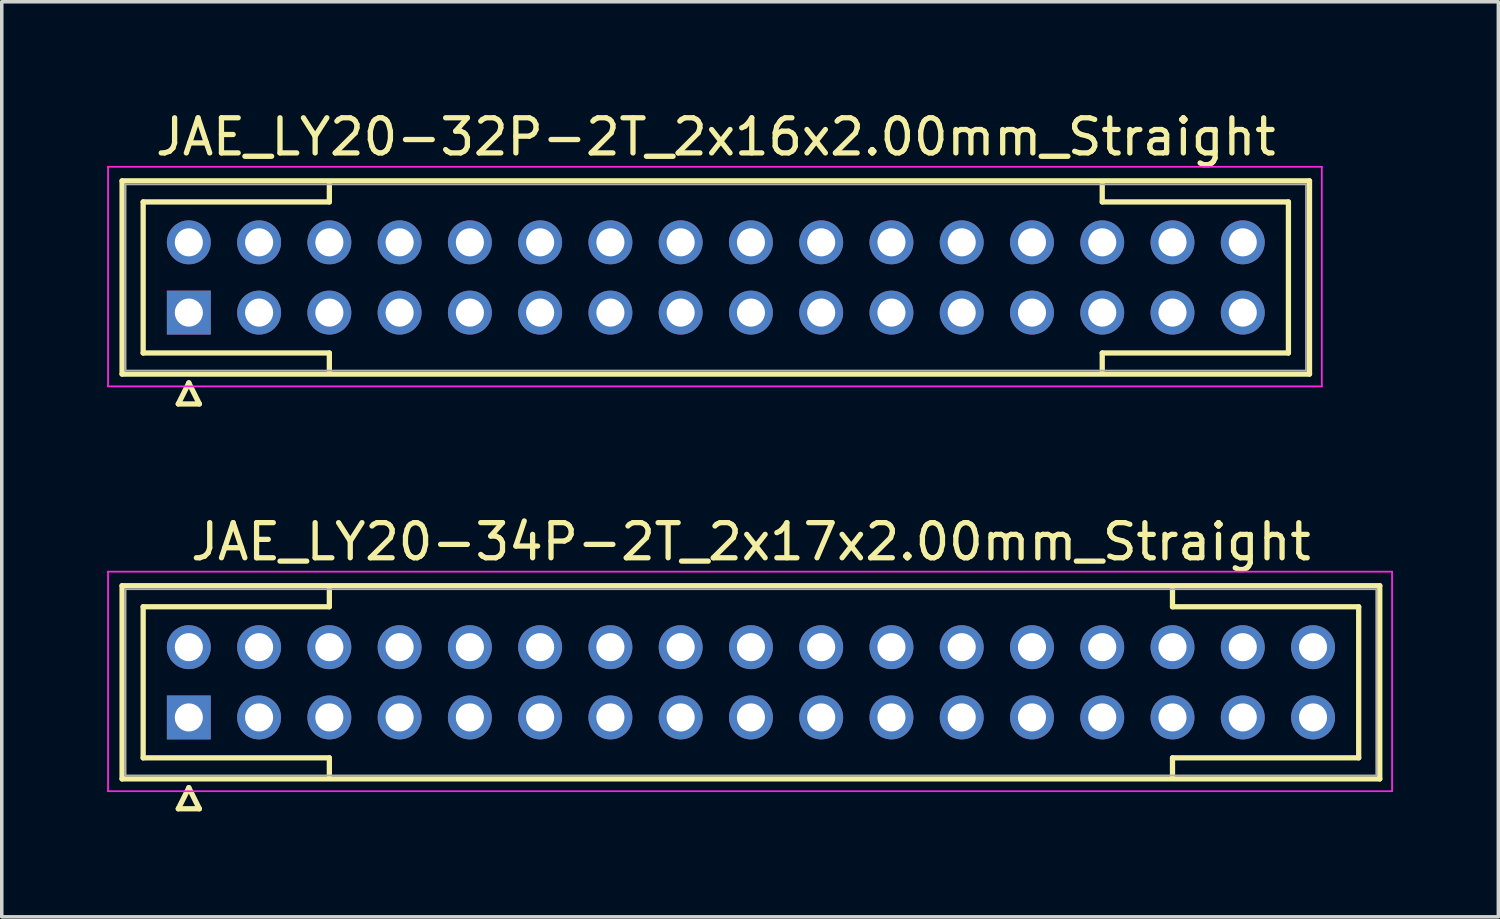
<source format=kicad_pcb>
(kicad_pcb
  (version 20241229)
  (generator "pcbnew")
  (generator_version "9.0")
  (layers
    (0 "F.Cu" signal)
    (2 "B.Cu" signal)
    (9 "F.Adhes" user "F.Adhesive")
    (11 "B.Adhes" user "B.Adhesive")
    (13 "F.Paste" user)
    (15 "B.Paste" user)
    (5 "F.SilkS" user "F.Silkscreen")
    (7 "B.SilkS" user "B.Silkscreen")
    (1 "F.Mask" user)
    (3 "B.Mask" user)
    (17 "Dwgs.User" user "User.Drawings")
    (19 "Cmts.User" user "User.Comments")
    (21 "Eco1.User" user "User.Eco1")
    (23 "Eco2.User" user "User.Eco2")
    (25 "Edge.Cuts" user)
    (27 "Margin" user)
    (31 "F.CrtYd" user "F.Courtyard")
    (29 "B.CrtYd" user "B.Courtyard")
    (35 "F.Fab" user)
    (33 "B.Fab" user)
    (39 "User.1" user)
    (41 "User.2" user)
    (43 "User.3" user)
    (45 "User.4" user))
  (footprint "JAE_LY20-34P-2T_2x17x2.00mm_Straight"
    (layer "F.Cu")
    (at 2.325 17.372)
    (property "Reference" "JAE_LY20-34P-2T_2x17x2.00mm_Straight" (at 16 -5 0) (layer "F.SilkS") (effects (font (size 1 1) (thickness 0.15))))
    (attr through_hole)
    (fp_line (start -1.9 -3.75) (end -1.9 1.75) (stroke (width 0.15) (type solid)) (layer "F.SilkS"))
    (fp_line (start -1.9 1.75) (end 33.9 1.75) (stroke (width 0.15) (type solid)) (layer "F.SilkS"))
    (fp_line (start -1.3 -3.15) (end 4 -3.15) (stroke (width 0.15) (type solid)) (layer "F.SilkS"))
    (fp_line (start -1.3 1.15) (end -1.3 -3.15) (stroke (width 0.15) (type solid)) (layer "F.SilkS"))
    (fp_line (start -0.3 2.6) (end 0.3 2.6) (stroke (width 0.15) (type solid)) (layer "F.SilkS"))
    (fp_line (start 0 2) (end -0.3 2.6) (stroke (width 0.15) (type solid)) (layer "F.SilkS"))
    (fp_line (start 0.3 2.6) (end 0 2) (stroke (width 0.15) (type solid)) (layer "F.SilkS"))
    (fp_line (start 4 -3.15) (end 4 -3.65) (stroke (width 0.15) (type solid)) (layer "F.SilkS"))
    (fp_line (start 4 1.15) (end -1.3 1.15) (stroke (width 0.15) (type solid)) (layer "F.SilkS"))
    (fp_line (start 4 1.65) (end 4 1.15) (stroke (width 0.15) (type solid)) (layer "F.SilkS"))
    (fp_line (start 28 -3.15) (end 28 -3.65) (stroke (width 0.15) (type solid)) (layer "F.SilkS"))
    (fp_line (start 28 1.15) (end 33.3 1.15) (stroke (width 0.15) (type solid)) (layer "F.SilkS"))
    (fp_line (start 28 1.65) (end 28 1.15) (stroke (width 0.15) (type solid)) (layer "F.SilkS"))
    (fp_line (start 33.3 -3.15) (end 28 -3.15) (stroke (width 0.15) (type solid)) (layer "F.SilkS"))
    (fp_line (start 33.3 1.15) (end 33.3 -3.15) (stroke (width 0.15) (type solid)) (layer "F.SilkS"))
    (fp_line (start 33.9 -3.75) (end -1.9 -3.75) (stroke (width 0.15) (type solid)) (layer "F.SilkS"))
    (fp_line (start 33.9 1.75) (end 33.9 -3.75) (stroke (width 0.15) (type solid)) (layer "F.SilkS"))
    (fp_line (start -2.3 -4.15) (end -2.3 2.1) (stroke (width 0.05) (type solid)) (layer "F.CrtYd"))
    (fp_line (start -2.3 2.1) (end 34.25 2.1) (stroke (width 0.05) (type solid)) (layer "F.CrtYd"))
    (fp_line (start 34.25 -4.15) (end -2.3 -4.15) (stroke (width 0.05) (type solid)) (layer "F.CrtYd"))
    (fp_line (start 34.25 2.1) (end 34.25 -4.15) (stroke (width 0.05) (type solid)) (layer "F.CrtYd"))
    (fp_line (start -1.8 -3.65) (end -1.8 1.65) (stroke (width 0.05) (type solid)) (layer "F.Fab"))
    (fp_line (start -1.8 1.65) (end 33.8 1.65) (stroke (width 0.05) (type solid)) (layer "F.Fab"))
    (fp_line (start 33.8 -3.65) (end -1.8 -3.65) (stroke (width 0.05) (type solid)) (layer "F.Fab"))
    (fp_line (start 33.8 1.65) (end 33.8 -3.65) (stroke (width 0.05) (type solid)) (layer "F.Fab"))
    (pad "1" thru_hole rect (at 0 0) (size 1.25 1.25) (drill 0.8) (layers "*.Cu" "*.Mask"))
    (pad "2" thru_hole circle (at 2 0) (size 1.25 1.25) (drill 0.8) (layers "*.Cu" "*.Mask"))
    (pad "3" thru_hole circle (at 4 0) (size 1.25 1.25) (drill 0.8) (layers "*.Cu" "*.Mask"))
    (pad "4" thru_hole circle (at 6 0) (size 1.25 1.25) (drill 0.8) (layers "*.Cu" "*.Mask"))
    (pad "5" thru_hole circle (at 8 0) (size 1.25 1.25) (drill 0.8) (layers "*.Cu" "*.Mask"))
    (pad "6" thru_hole circle (at 10 0) (size 1.25 1.25) (drill 0.8) (layers "*.Cu" "*.Mask"))
    (pad "7" thru_hole circle (at 12 0) (size 1.25 1.25) (drill 0.8) (layers "*.Cu" "*.Mask"))
    (pad "8" thru_hole circle (at 14 0) (size 1.25 1.25) (drill 0.8) (layers "*.Cu" "*.Mask"))
    (pad "9" thru_hole circle (at 16 0) (size 1.25 1.25) (drill 0.8) (layers "*.Cu" "*.Mask"))
    (pad "10" thru_hole circle (at 18 0) (size 1.25 1.25) (drill 0.8) (layers "*.Cu" "*.Mask"))
    (pad "11" thru_hole circle (at 20 0) (size 1.25 1.25) (drill 0.8) (layers "*.Cu" "*.Mask"))
    (pad "12" thru_hole circle (at 22 0) (size 1.25 1.25) (drill 0.8) (layers "*.Cu" "*.Mask"))
    (pad "13" thru_hole circle (at 24 0) (size 1.25 1.25) (drill 0.8) (layers "*.Cu" "*.Mask"))
    (pad "14" thru_hole circle (at 26 0) (size 1.25 1.25) (drill 0.8) (layers "*.Cu" "*.Mask"))
    (pad "15" thru_hole circle (at 28 0) (size 1.25 1.25) (drill 0.8) (layers "*.Cu" "*.Mask"))
    (pad "16" thru_hole circle (at 30 0) (size 1.25 1.25) (drill 0.8) (layers "*.Cu" "*.Mask"))
    (pad "17" thru_hole circle (at 32 0) (size 1.25 1.25) (drill 0.8) (layers "*.Cu" "*.Mask"))
    (pad "18" thru_hole circle (at 0 -2) (size 1.25 1.25) (drill 0.8) (layers "*.Cu" "*.Mask"))
    (pad "19" thru_hole circle (at 2 -2) (size 1.25 1.25) (drill 0.8) (layers "*.Cu" "*.Mask"))
    (pad "20" thru_hole circle (at 4 -2) (size 1.25 1.25) (drill 0.8) (layers "*.Cu" "*.Mask"))
    (pad "21" thru_hole circle (at 6 -2) (size 1.25 1.25) (drill 0.8) (layers "*.Cu" "*.Mask"))
    (pad "22" thru_hole circle (at 8 -2) (size 1.25 1.25) (drill 0.8) (layers "*.Cu" "*.Mask"))
    (pad "23" thru_hole circle (at 10 -2) (size 1.25 1.25) (drill 0.8) (layers "*.Cu" "*.Mask"))
    (pad "24" thru_hole circle (at 12 -2) (size 1.25 1.25) (drill 0.8) (layers "*.Cu" "*.Mask"))
    (pad "25" thru_hole circle (at 14 -2) (size 1.25 1.25) (drill 0.8) (layers "*.Cu" "*.Mask"))
    (pad "26" thru_hole circle (at 16 -2) (size 1.25 1.25) (drill 0.8) (layers "*.Cu" "*.Mask"))
    (pad "27" thru_hole circle (at 18 -2) (size 1.25 1.25) (drill 0.8) (layers "*.Cu" "*.Mask"))
    (pad "28" thru_hole circle (at 20 -2) (size 1.25 1.25) (drill 0.8) (layers "*.Cu" "*.Mask"))
    (pad "29" thru_hole circle (at 22 -2) (size 1.25 1.25) (drill 0.8) (layers "*.Cu" "*.Mask"))
    (pad "30" thru_hole circle (at 24 -2) (size 1.25 1.25) (drill 0.8) (layers "*.Cu" "*.Mask"))
    (pad "31" thru_hole circle (at 26 -2) (size 1.25 1.25) (drill 0.8) (layers "*.Cu" "*.Mask"))
    (pad "32" thru_hole circle (at 28 -2) (size 1.25 1.25) (drill 0.8) (layers "*.Cu" "*.Mask"))
    (pad "33" thru_hole circle (at 30 -2) (size 1.25 1.25) (drill 0.8) (layers "*.Cu" "*.Mask"))
    (pad "34" thru_hole circle (at 32 -2) (size 1.25 1.25) (drill 0.8) (layers "*.Cu" "*.Mask")))
  (footprint "JAE_LY20-32P-2T_2x16x2.00mm_Straight"
    (layer "F.Cu")
    (at 2.325 5.848)
    (property "Reference" "JAE_LY20-32P-2T_2x16x2.00mm_Straight" (at 15 -5 0) (layer "F.SilkS") (effects (font (size 1 1) (thickness 0.15))))
    (attr through_hole)
    (fp_line (start -1.9 -3.75) (end -1.9 1.75) (stroke (width 0.15) (type solid)) (layer "F.SilkS"))
    (fp_line (start -1.9 1.75) (end 31.9 1.75) (stroke (width 0.15) (type solid)) (layer "F.SilkS"))
    (fp_line (start -1.3 -3.15) (end 4 -3.15) (stroke (width 0.15) (type solid)) (layer "F.SilkS"))
    (fp_line (start -1.3 1.15) (end -1.3 -3.15) (stroke (width 0.15) (type solid)) (layer "F.SilkS"))
    (fp_line (start -0.3 2.6) (end 0.3 2.6) (stroke (width 0.15) (type solid)) (layer "F.SilkS"))
    (fp_line (start 0 2) (end -0.3 2.6) (stroke (width 0.15) (type solid)) (layer "F.SilkS"))
    (fp_line (start 0.3 2.6) (end 0 2) (stroke (width 0.15) (type solid)) (layer "F.SilkS"))
    (fp_line (start 4 -3.15) (end 4 -3.65) (stroke (width 0.15) (type solid)) (layer "F.SilkS"))
    (fp_line (start 4 1.15) (end -1.3 1.15) (stroke (width 0.15) (type solid)) (layer "F.SilkS"))
    (fp_line (start 4 1.65) (end 4 1.15) (stroke (width 0.15) (type solid)) (layer "F.SilkS"))
    (fp_line (start 26 -3.15) (end 26 -3.65) (stroke (width 0.15) (type solid)) (layer "F.SilkS"))
    (fp_line (start 26 1.15) (end 31.3 1.15) (stroke (width 0.15) (type solid)) (layer "F.SilkS"))
    (fp_line (start 26 1.65) (end 26 1.15) (stroke (width 0.15) (type solid)) (layer "F.SilkS"))
    (fp_line (start 31.3 -3.15) (end 26 -3.15) (stroke (width 0.15) (type solid)) (layer "F.SilkS"))
    (fp_line (start 31.3 1.15) (end 31.3 -3.15) (stroke (width 0.15) (type solid)) (layer "F.SilkS"))
    (fp_line (start 31.9 -3.75) (end -1.9 -3.75) (stroke (width 0.15) (type solid)) (layer "F.SilkS"))
    (fp_line (start 31.9 1.75) (end 31.9 -3.75) (stroke (width 0.15) (type solid)) (layer "F.SilkS"))
    (fp_line (start -2.3 -4.15) (end -2.3 2.1) (stroke (width 0.05) (type solid)) (layer "F.CrtYd"))
    (fp_line (start -2.3 2.1) (end 32.25 2.1) (stroke (width 0.05) (type solid)) (layer "F.CrtYd"))
    (fp_line (start 32.25 -4.15) (end -2.3 -4.15) (stroke (width 0.05) (type solid)) (layer "F.CrtYd"))
    (fp_line (start 32.25 2.1) (end 32.25 -4.15) (stroke (width 0.05) (type solid)) (layer "F.CrtYd"))
    (fp_line (start -1.8 -3.65) (end -1.8 1.65) (stroke (width 0.05) (type solid)) (layer "F.Fab"))
    (fp_line (start -1.8 1.65) (end 31.8 1.65) (stroke (width 0.05) (type solid)) (layer "F.Fab"))
    (fp_line (start 31.8 -3.65) (end -1.8 -3.65) (stroke (width 0.05) (type solid)) (layer "F.Fab"))
    (fp_line (start 31.8 1.65) (end 31.8 -3.65) (stroke (width 0.05) (type solid)) (layer "F.Fab"))
    (pad "1" thru_hole rect (at 0 0) (size 1.25 1.25) (drill 0.8) (layers "*.Cu" "*.Mask"))
    (pad "2" thru_hole circle (at 2 0) (size 1.25 1.25) (drill 0.8) (layers "*.Cu" "*.Mask"))
    (pad "3" thru_hole circle (at 4 0) (size 1.25 1.25) (drill 0.8) (layers "*.Cu" "*.Mask"))
    (pad "4" thru_hole circle (at 6 0) (size 1.25 1.25) (drill 0.8) (layers "*.Cu" "*.Mask"))
    (pad "5" thru_hole circle (at 8 0) (size 1.25 1.25) (drill 0.8) (layers "*.Cu" "*.Mask"))
    (pad "6" thru_hole circle (at 10 0) (size 1.25 1.25) (drill 0.8) (layers "*.Cu" "*.Mask"))
    (pad "7" thru_hole circle (at 12 0) (size 1.25 1.25) (drill 0.8) (layers "*.Cu" "*.Mask"))
    (pad "8" thru_hole circle (at 14 0) (size 1.25 1.25) (drill 0.8) (layers "*.Cu" "*.Mask"))
    (pad "9" thru_hole circle (at 16 0) (size 1.25 1.25) (drill 0.8) (layers "*.Cu" "*.Mask"))
    (pad "10" thru_hole circle (at 18 0) (size 1.25 1.25) (drill 0.8) (layers "*.Cu" "*.Mask"))
    (pad "11" thru_hole circle (at 20 0) (size 1.25 1.25) (drill 0.8) (layers "*.Cu" "*.Mask"))
    (pad "12" thru_hole circle (at 22 0) (size 1.25 1.25) (drill 0.8) (layers "*.Cu" "*.Mask"))
    (pad "13" thru_hole circle (at 24 0) (size 1.25 1.25) (drill 0.8) (layers "*.Cu" "*.Mask"))
    (pad "14" thru_hole circle (at 26 0) (size 1.25 1.25) (drill 0.8) (layers "*.Cu" "*.Mask"))
    (pad "15" thru_hole circle (at 28 0) (size 1.25 1.25) (drill 0.8) (layers "*.Cu" "*.Mask"))
    (pad "16" thru_hole circle (at 30 0) (size 1.25 1.25) (drill 0.8) (layers "*.Cu" "*.Mask"))
    (pad "17" thru_hole circle (at 0 -2) (size 1.25 1.25) (drill 0.8) (layers "*.Cu" "*.Mask"))
    (pad "18" thru_hole circle (at 2 -2) (size 1.25 1.25) (drill 0.8) (layers "*.Cu" "*.Mask"))
    (pad "19" thru_hole circle (at 4 -2) (size 1.25 1.25) (drill 0.8) (layers "*.Cu" "*.Mask"))
    (pad "20" thru_hole circle (at 6 -2) (size 1.25 1.25) (drill 0.8) (layers "*.Cu" "*.Mask"))
    (pad "21" thru_hole circle (at 8 -2) (size 1.25 1.25) (drill 0.8) (layers "*.Cu" "*.Mask"))
    (pad "22" thru_hole circle (at 10 -2) (size 1.25 1.25) (drill 0.8) (layers "*.Cu" "*.Mask"))
    (pad "23" thru_hole circle (at 12 -2) (size 1.25 1.25) (drill 0.8) (layers "*.Cu" "*.Mask"))
    (pad "24" thru_hole circle (at 14 -2) (size 1.25 1.25) (drill 0.8) (layers "*.Cu" "*.Mask"))
    (pad "25" thru_hole circle (at 16 -2) (size 1.25 1.25) (drill 0.8) (layers "*.Cu" "*.Mask"))
    (pad "26" thru_hole circle (at 18 -2) (size 1.25 1.25) (drill 0.8) (layers "*.Cu" "*.Mask"))
    (pad "27" thru_hole circle (at 20 -2) (size 1.25 1.25) (drill 0.8) (layers "*.Cu" "*.Mask"))
    (pad "28" thru_hole circle (at 22 -2) (size 1.25 1.25) (drill 0.8) (layers "*.Cu" "*.Mask"))
    (pad "29" thru_hole circle (at 24 -2) (size 1.25 1.25) (drill 0.8) (layers "*.Cu" "*.Mask"))
    (pad "30" thru_hole circle (at 26 -2) (size 1.25 1.25) (drill 0.8) (layers "*.Cu" "*.Mask"))
    (pad "31" thru_hole circle (at 28 -2) (size 1.25 1.25) (drill 0.8) (layers "*.Cu" "*.Mask"))
    (pad "32" thru_hole circle (at 30 -2) (size 1.25 1.25) (drill 0.8) (layers "*.Cu" "*.Mask")))
  (gr_rect
    (start -3 -3)
    (end 39.6 23.047)
    (stroke (width 0.1) (type default))
    (fill no)
    (layer "Edge.Cuts")))
</source>
